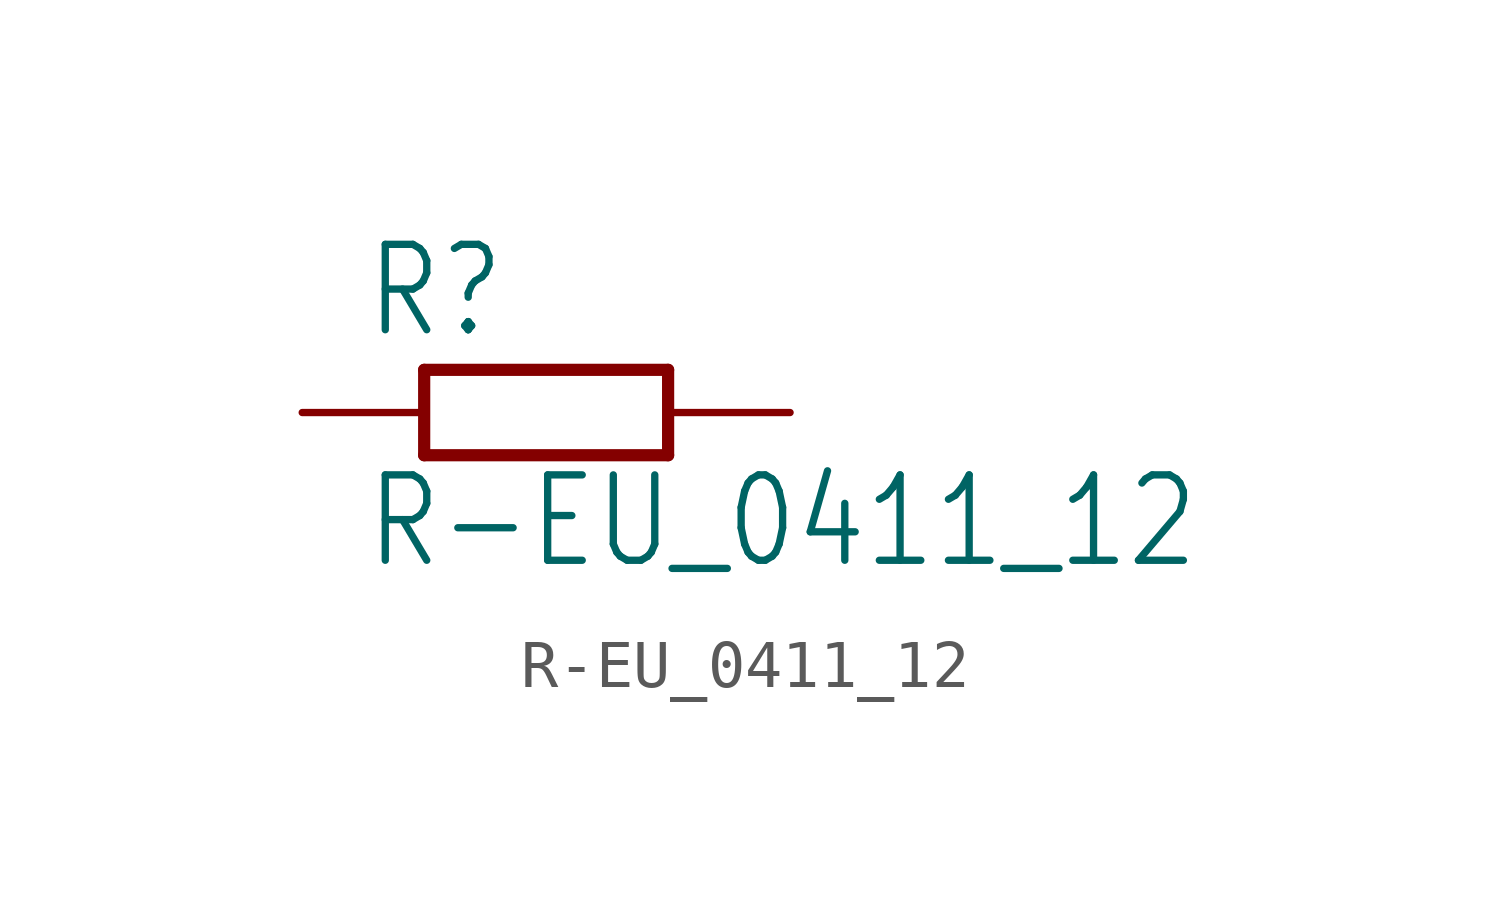
<source format=kicad_sym>
(kicad_symbol_lib
  (version 20201005)
  (generator kicad_symbol_editor)
  (symbol "R-EU_0411_12"
    (property "Reference" "R"
      (at -3.81 1.499 0)
      (effects (font (size 1.778 1.511)) (justify left bottom)))
    (property "Value" "R-EU_0411_12"
      (at -3.81 -3.302 0)
      (effects (font (size 1.778 1.511)) (justify left bottom)))
    (property "ki_locked" ""
      (at 0 0 0)
      (effects (font (size 1.27 1.27))))
    (symbol "R-EU_0411_12_1_0"
      (polyline (pts (xy -2.54 -0.889) (xy 2.54 -0.889)) (stroke (width 0.254)) (fill (type none)))
      (polyline (pts (xy 2.54 0.889) (xy -2.54 0.889)) (stroke (width 0.254)) (fill (type none)))
      (polyline (pts (xy 2.54 -0.889) (xy 2.54 0.889)) (stroke (width 0.254)) (fill (type none)))
      (polyline (pts (xy -2.54 -0.889) (xy -2.54 0.889)) (stroke (width 0.254)) (fill (type none)))
      (pin passive line (at 5.08 0 180) (length 2.54) (name "2" (effects (font (size 0 0)))) (number "2" (effects (font (size 0 0)))))
      (pin passive line (at -5.08 0 0) (length 2.54) (name "1" (effects (font (size 0 0)))) (number "1" (effects (font (size 0 0))))))))
</source>
